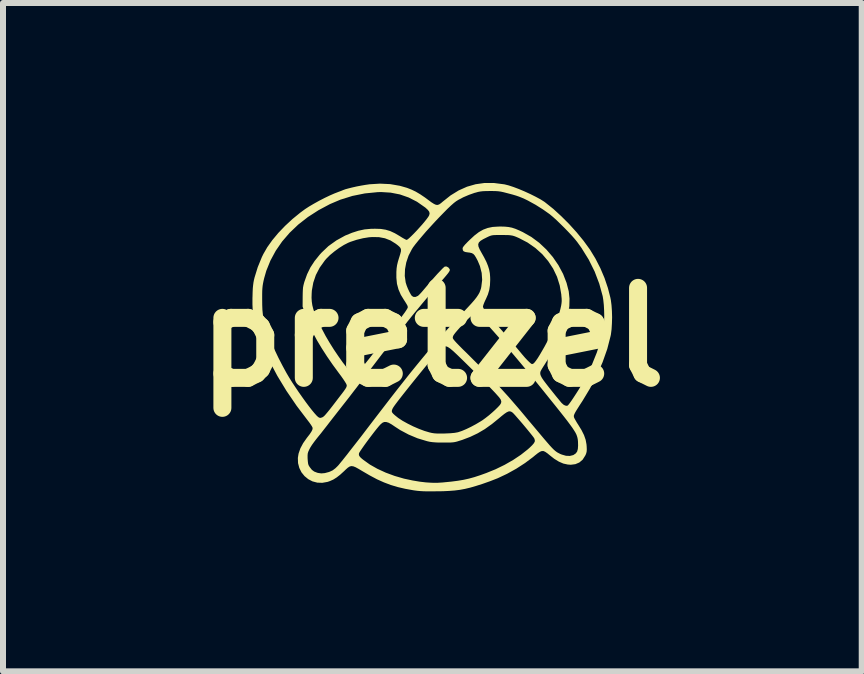
<source format=kicad_pcb>
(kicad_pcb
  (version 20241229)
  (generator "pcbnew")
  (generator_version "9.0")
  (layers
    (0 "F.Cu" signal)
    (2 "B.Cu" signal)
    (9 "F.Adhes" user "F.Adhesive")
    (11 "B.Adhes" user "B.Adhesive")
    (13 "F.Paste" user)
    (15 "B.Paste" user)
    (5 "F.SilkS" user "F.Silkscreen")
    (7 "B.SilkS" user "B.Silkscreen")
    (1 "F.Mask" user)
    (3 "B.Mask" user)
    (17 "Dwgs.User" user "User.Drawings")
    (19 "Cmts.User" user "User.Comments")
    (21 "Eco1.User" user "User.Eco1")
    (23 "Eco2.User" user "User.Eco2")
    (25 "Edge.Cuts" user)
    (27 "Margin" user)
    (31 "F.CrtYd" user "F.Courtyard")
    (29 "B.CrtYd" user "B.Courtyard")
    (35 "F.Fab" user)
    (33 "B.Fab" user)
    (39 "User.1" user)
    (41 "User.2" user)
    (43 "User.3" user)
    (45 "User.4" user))
  (footprint "pretzel"
    (layer "F.Cu")
    (at 4.157 2.57)
    (property "Reference" "pretzel" (at 0 0 0) (layer "F.SilkS") (effects (font (size 1.5 1.5) (thickness 0.3))))
    (attr board_only exclude_from_pos_files exclude_from_bom)
    (fp_poly (pts (xy 1.024 -2.57) (xy 1.187 -2.549) (xy 1.202 -2.547) (xy 1.27 -2.53) (xy 1.352 -2.503) (xy 1.442 -2.469) (xy 1.537 -2.429) (xy 1.631 -2.386) (xy 1.721 -2.341) (xy 1.801 -2.298) (xy 1.866 -2.257) (xy 1.887 -2.241) (xy 2.017 -2.137) (xy 2.149 -2.016) (xy 2.28 -1.885) (xy 2.405 -1.747) (xy 2.519 -1.608) (xy 2.618 -1.472) (xy 2.628 -1.458) (xy 2.718 -1.31) (xy 2.8 -1.15) (xy 2.87 -0.985) (xy 2.926 -0.819) (xy 2.967 -0.659) (xy 2.975 -0.619) (xy 2.986 -0.534) (xy 2.993 -0.436) (xy 2.996 -0.331) (xy 2.993 -0.227) (xy 2.987 -0.129) (xy 2.976 -0.044) (xy 2.97 -0.016) (xy 2.915 0.198) (xy 2.838 0.416) (xy 2.742 0.636) (xy 2.627 0.856) (xy 2.504 1.06) (xy 2.457 1.132) (xy 2.421 1.189) (xy 2.394 1.232) (xy 2.376 1.264) (xy 2.365 1.288) (xy 2.359 1.305) (xy 2.358 1.319) (xy 2.36 1.332) (xy 2.36 1.334) (xy 2.369 1.355) (xy 2.388 1.389) (xy 2.412 1.43) (xy 2.429 1.456) (xy 2.486 1.549) (xy 2.528 1.633) (xy 2.555 1.711) (xy 2.569 1.787) (xy 2.572 1.821) (xy 2.574 1.87) (xy 2.572 1.904) (xy 2.566 1.932) (xy 2.555 1.961) (xy 2.547 1.976) (xy 2.505 2.042) (xy 2.45 2.089) (xy 2.384 2.117) (xy 2.307 2.127) (xy 2.256 2.123) (xy 2.183 2.107) (xy 2.109 2.075) (xy 2.031 2.027) (xy 1.961 1.972) (xy 1.917 1.936) (xy 1.882 1.912) (xy 1.854 1.899) (xy 1.826 1.898) (xy 1.796 1.909) (xy 1.759 1.933) (xy 1.712 1.97) (xy 1.676 2) (xy 1.545 2.098) (xy 1.4 2.192) (xy 1.245 2.278) (xy 1.088 2.352) (xy 0.957 2.403) (xy 0.835 2.446) (xy 0.728 2.48) (xy 0.632 2.508) (xy 0.544 2.529) (xy 0.458 2.545) (xy 0.371 2.556) (xy 0.279 2.563) (xy 0.176 2.568) (xy 0.088 2.569) (xy -0.005 2.57) (xy -0.08 2.57) (xy -0.142 2.569) (xy -0.195 2.566) (xy -0.243 2.562) (xy -0.29 2.556) (xy -0.312 2.553) (xy -0.451 2.528) (xy -0.576 2.499) (xy -0.693 2.464) (xy -0.807 2.421) (xy -0.923 2.369) (xy -1.045 2.304) (xy -1.167 2.233) (xy -1.231 2.195) (xy -1.28 2.168) (xy -1.318 2.153) (xy -1.35 2.149) (xy -1.378 2.156) (xy -1.408 2.175) (xy -1.442 2.205) (xy -1.472 2.234) (xy -1.538 2.294) (xy -1.596 2.339) (xy -1.65 2.373) (xy -1.706 2.398) (xy -1.745 2.412) (xy -1.834 2.428) (xy -1.918 2.425) (xy -1.998 2.404) (xy -2.069 2.367) (xy -2.131 2.316) (xy -2.182 2.253) (xy -2.218 2.18) (xy -2.239 2.1) (xy -2.242 2.013) (xy -2.235 1.969) (xy -2.08 1.969) (xy -2.08 2.01) (xy -2.079 2.032) (xy -2.075 2.08) (xy -2.07 2.115) (xy -2.06 2.141) (xy -2.043 2.168) (xy -2.042 2.169) (xy -2.008 2.212) (xy -1.97 2.24) (xy -1.921 2.259) (xy -1.907 2.263) (xy -1.852 2.271) (xy -1.793 2.266) (xy -1.725 2.248) (xy -1.709 2.242) (xy -1.662 2.22) (xy -1.617 2.186) (xy -1.583 2.153) (xy -1.564 2.133) (xy -1.534 2.096) (xy -1.493 2.046) (xy -1.443 1.983) (xy -1.422 1.957) (xy -1.225 1.957) (xy -1.22 1.977) (xy -1.204 1.999) (xy -1.174 2.027) (xy -1.147 2.048) (xy -1.041 2.124) (xy -0.917 2.194) (xy -0.778 2.258) (xy -0.629 2.313) (xy -0.474 2.358) (xy -0.329 2.389) (xy -0.21 2.409) (xy -0.107 2.421) (xy -0.012 2.427) (xy 0.08 2.428) (xy 0.175 2.422) (xy 0.192 2.42) (xy 0.315 2.408) (xy 0.423 2.394) (xy 0.519 2.378) (xy 0.609 2.358) (xy 0.7 2.333) (xy 0.795 2.302) (xy 0.898 2.265) (xy 1.053 2.202) (xy 1.203 2.129) (xy 1.345 2.048) (xy 1.474 1.962) (xy 1.587 1.873) (xy 1.621 1.843) (xy 1.664 1.801) (xy 1.692 1.768) (xy 1.707 1.741) (xy 1.708 1.717) (xy 1.7 1.691) (xy 1.696 1.683) (xy 1.684 1.666) (xy 1.66 1.635) (xy 1.627 1.594) (xy 1.588 1.546) (xy 1.544 1.493) (xy 1.499 1.439) (xy 1.454 1.387) (xy 1.413 1.34) (xy 1.379 1.301) (xy 1.353 1.273) (xy 1.339 1.259) (xy 1.315 1.243) (xy 1.292 1.236) (xy 1.268 1.239) (xy 1.238 1.253) (xy 1.2 1.279) (xy 1.151 1.318) (xy 1.117 1.347) (xy 0.993 1.448) (xy 0.874 1.533) (xy 0.755 1.603) (xy 0.631 1.662) (xy 0.497 1.713) (xy 0.449 1.728) (xy 0.411 1.74) (xy 0.378 1.748) (xy 0.345 1.753) (xy 0.306 1.756) (xy 0.256 1.757) (xy 0.189 1.757) (xy 0.181 1.757) (xy 0.107 1.757) (xy 0.049 1.754) (xy 0.001 1.75) (xy -0.043 1.744) (xy -0.088 1.734) (xy -0.098 1.731) (xy -0.247 1.686) (xy -0.395 1.624) (xy -0.536 1.549) (xy -0.619 1.495) (xy -0.681 1.453) (xy -0.73 1.426) (xy -0.77 1.414) (xy -0.803 1.414) (xy -0.834 1.428) (xy -0.865 1.455) (xy -0.87 1.46) (xy -0.894 1.487) (xy -0.927 1.527) (xy -0.966 1.576) (xy -1.008 1.631) (xy -1.052 1.689) (xy -1.095 1.747) (xy -1.135 1.802) (xy -1.17 1.852) (xy -1.198 1.893) (xy -1.216 1.922) (xy -1.223 1.935) (xy -1.225 1.957) (xy -1.422 1.957) (xy -1.386 1.91) (xy -1.322 1.828) (xy -1.253 1.74) (xy -1.18 1.646) (xy -1.107 1.55) (xy -0.958 1.355) (xy -0.868 1.238) (xy -0.676 1.238) (xy -0.671 1.254) (xy -0.654 1.275) (xy -0.626 1.301) (xy -0.57 1.346) (xy -0.497 1.394) (xy -0.412 1.441) (xy -0.32 1.487) (xy -0.225 1.528) (xy -0.132 1.563) (xy -0.047 1.588) (xy -0.008 1.597) (xy 0.031 1.603) (xy 0.073 1.606) (xy 0.126 1.607) (xy 0.194 1.606) (xy 0.203 1.606) (xy 0.297 1.602) (xy 0.372 1.595) (xy 0.427 1.585) (xy 0.433 1.583) (xy 0.493 1.563) (xy 0.566 1.532) (xy 0.645 1.494) (xy 0.725 1.451) (xy 0.801 1.406) (xy 0.833 1.386) (xy 0.884 1.349) (xy 0.943 1.303) (xy 1.001 1.253) (xy 1.044 1.214) (xy 1.093 1.166) (xy 1.127 1.129) (xy 1.145 1.099) (xy 1.149 1.07) (xy 1.139 1.04) (xy 1.113 1.003) (xy 1.072 0.957) (xy 1.047 0.929) (xy 1.01 0.89) (xy 0.96 0.838) (xy 0.9 0.776) (xy 0.831 0.707) (xy 0.758 0.633) (xy 0.682 0.557) (xy 0.607 0.483) (xy 0.534 0.411) (xy 0.467 0.346) (xy 0.408 0.289) (xy 0.36 0.244) (xy 0.347 0.232) (xy 0.297 0.19) (xy 0.258 0.164) (xy 0.225 0.152) (xy 0.196 0.155) (xy 0.167 0.171) (xy 0.166 0.171) (xy 0.147 0.188) (xy 0.115 0.221) (xy 0.072 0.269) (xy 0.02 0.33) (xy -0.042 0.403) (xy -0.112 0.487) (xy -0.188 0.58) (xy -0.27 0.681) (xy -0.353 0.784) (xy -0.427 0.877) (xy -0.489 0.955) (xy -0.539 1.019) (xy -0.579 1.071) (xy -0.61 1.112) (xy -0.634 1.145) (xy -0.651 1.17) (xy -0.662 1.189) (xy -0.669 1.205) (xy -0.674 1.218) (xy -0.674 1.219) (xy -0.676 1.238) (xy -0.868 1.238) (xy -0.821 1.177) (xy -0.695 1.013) (xy -0.578 0.863) (xy -0.469 0.725) (xy -0.368 0.597) (xy -0.272 0.479) (xy -0.181 0.368) (xy -0.094 0.263) (xy -0.009 0.163) (xy 0.074 0.067) (xy 0.124 0.01) (xy 0.34 0.01) (xy 0.343 0.022) (xy 0.354 0.039) (xy 0.375 0.065) (xy 0.406 0.099) (xy 0.449 0.143) (xy 0.505 0.2) (xy 0.569 0.262) (xy 0.763 0.456) (xy 0.943 0.64) (xy 1.11 0.819) (xy 1.27 0.995) (xy 1.424 1.173) (xy 1.47 1.227) (xy 1.53 1.299) (xy 1.598 1.381) (xy 1.669 1.465) (xy 1.737 1.546) (xy 1.791 1.61) (xy 1.858 1.69) (xy 1.913 1.754) (xy 1.958 1.806) (xy 1.995 1.846) (xy 2.026 1.877) (xy 2.053 1.9) (xy 2.079 1.919) (xy 2.105 1.933) (xy 2.132 1.947) (xy 2.157 1.957) (xy 2.226 1.977) (xy 2.291 1.98) (xy 2.348 1.966) (xy 2.355 1.962) (xy 2.39 1.938) (xy 2.413 1.907) (xy 2.425 1.864) (xy 2.429 1.806) (xy 2.428 1.769) (xy 2.427 1.736) (xy 2.424 1.707) (xy 2.419 1.679) (xy 2.411 1.651) (xy 2.4 1.621) (xy 2.383 1.588) (xy 2.36 1.551) (xy 2.331 1.507) (xy 2.293 1.455) (xy 2.247 1.393) (xy 2.191 1.321) (xy 2.123 1.235) (xy 2.044 1.136) (xy 1.969 1.043) (xy 1.852 0.897) (xy 1.737 0.755) (xy 1.623 0.616) (xy 1.512 0.482) (xy 1.405 0.354) (xy 1.303 0.233) (xy 1.207 0.12) (xy 1.117 0.015) (xy 1.034 -0.079) (xy 0.96 -0.162) (xy 0.895 -0.232) (xy 0.84 -0.29) (xy 0.797 -0.334) (xy 0.765 -0.362) (xy 0.747 -0.374) (xy 0.723 -0.38) (xy 0.701 -0.38) (xy 0.676 -0.37) (xy 0.647 -0.351) (xy 0.611 -0.319) (xy 0.566 -0.273) (xy 0.526 -0.232) (xy 0.466 -0.168) (xy 0.421 -0.118) (xy 0.387 -0.078) (xy 0.364 -0.048) (xy 0.349 -0.025) (xy 0.342 -0.006) (xy 0.34 0.01) (xy 0.124 0.01) (xy 0.158 -0.028) (xy 0.242 -0.122) (xy 0.329 -0.217) (xy 0.419 -0.314) (xy 0.514 -0.415) (xy 0.521 -0.422) (xy 0.594 -0.5) (xy 0.653 -0.564) (xy 0.7 -0.618) (xy 0.736 -0.664) (xy 0.763 -0.704) (xy 0.784 -0.74) (xy 0.798 -0.775) (xy 0.81 -0.811) (xy 0.816 -0.84) (xy 0.83 -0.955) (xy 0.822 -1.07) (xy 0.793 -1.185) (xy 0.756 -1.273) (xy 0.728 -1.326) (xy 0.705 -1.363) (xy 0.683 -1.387) (xy 0.657 -1.401) (xy 0.624 -1.409) (xy 0.598 -1.412) (xy 0.552 -1.419) (xy 0.523 -1.43) (xy 0.509 -1.447) (xy 0.504 -1.474) (xy 0.504 -1.479) (xy 0.508 -1.495) (xy 0.523 -1.517) (xy 0.549 -1.548) (xy 0.764 -1.548) (xy 0.768 -1.512) (xy 0.786 -1.468) (xy 0.812 -1.42) (xy 0.862 -1.331) (xy 0.9 -1.256) (xy 0.927 -1.189) (xy 0.946 -1.128) (xy 0.958 -1.066) (xy 0.963 -1.002) (xy 0.964 -0.956) (xy 0.96 -0.865) (xy 0.948 -0.786) (xy 0.926 -0.712) (xy 0.891 -0.632) (xy 0.886 -0.623) (xy 0.867 -0.581) (xy 0.852 -0.543) (xy 0.844 -0.516) (xy 0.843 -0.511) (xy 0.847 -0.494) (xy 0.857 -0.473) (xy 0.877 -0.443) (xy 0.907 -0.404) (xy 0.948 -0.354) (xy 1.002 -0.291) (xy 1.046 -0.241) (xy 1.124 -0.151) (xy 1.21 -0.053) (xy 1.297 0.05) (xy 1.382 0.15) (xy 1.46 0.243) (xy 1.499 0.29) (xy 1.542 0.34) (xy 1.583 0.384) (xy 1.618 0.418) (xy 1.645 0.441) (xy 1.661 0.449) (xy 1.671 0.446) (xy 1.682 0.442) (xy 1.699 0.427) (xy 1.724 0.396) (xy 1.756 0.35) (xy 1.792 0.292) (xy 1.831 0.225) (xy 1.873 0.152) (xy 1.914 0.075) (xy 1.955 -0.004) (xy 1.993 -0.08) (xy 2.027 -0.152) (xy 2.055 -0.218) (xy 2.068 -0.253) (xy 2.09 -0.315) (xy 2.111 -0.384) (xy 2.129 -0.45) (xy 2.136 -0.477) (xy 2.147 -0.527) (xy 2.153 -0.566) (xy 2.156 -0.602) (xy 2.155 -0.642) (xy 2.15 -0.695) (xy 2.149 -0.712) (xy 2.123 -0.862) (xy 2.078 -1.006) (xy 2.013 -1.142) (xy 1.93 -1.268) (xy 1.831 -1.384) (xy 1.716 -1.487) (xy 1.587 -1.577) (xy 1.445 -1.651) (xy 1.397 -1.672) (xy 1.365 -1.684) (xy 1.338 -1.692) (xy 1.309 -1.697) (xy 1.274 -1.701) (xy 1.228 -1.702) (xy 1.166 -1.703) (xy 1.156 -1.703) (xy 1.092 -1.703) (xy 1.046 -1.702) (xy 1.012 -1.7) (xy 0.985 -1.695) (xy 0.962 -1.688) (xy 0.936 -1.677) (xy 0.915 -1.667) (xy 0.849 -1.634) (xy 0.803 -1.606) (xy 0.775 -1.578) (xy 0.764 -1.548) (xy 0.549 -1.548) (xy 0.55 -1.548) (xy 0.59 -1.59) (xy 0.622 -1.621) (xy 0.702 -1.695) (xy 0.775 -1.751) (xy 0.847 -1.792) (xy 0.922 -1.82) (xy 1.003 -1.837) (xy 1.096 -1.843) (xy 1.139 -1.844) (xy 1.21 -1.842) (xy 1.27 -1.836) (xy 1.326 -1.825) (xy 1.384 -1.806) (xy 1.45 -1.778) (xy 1.509 -1.75) (xy 1.65 -1.67) (xy 1.781 -1.573) (xy 1.901 -1.46) (xy 2.009 -1.334) (xy 2.102 -1.198) (xy 2.179 -1.054) (xy 2.237 -0.904) (xy 2.273 -0.764) (xy 2.286 -0.642) (xy 2.283 -0.516) (xy 2.261 -0.381) (xy 2.22 -0.237) (xy 2.212 -0.212) (xy 2.189 -0.154) (xy 2.158 -0.081) (xy 2.12 0.000258) (xy 2.078 0.087) (xy 2.034 0.174) (xy 1.99 0.257) (xy 1.948 0.332) (xy 1.911 0.393) (xy 1.91 0.394) (xy 1.88 0.443) (xy 1.851 0.488) (xy 1.828 0.525) (xy 1.815 0.548) (xy 1.803 0.571) (xy 1.798 0.594) (xy 1.799 0.617) (xy 1.808 0.645) (xy 1.826 0.679) (xy 1.855 0.722) (xy 1.895 0.775) (xy 1.947 0.842) (xy 1.968 0.868) (xy 2.015 0.927) (xy 2.059 0.982) (xy 2.098 1.029) (xy 2.129 1.067) (xy 2.15 1.092) (xy 2.156 1.099) (xy 2.192 1.13) (xy 2.227 1.144) (xy 2.251 1.143) (xy 2.265 1.131) (xy 2.288 1.102) (xy 2.318 1.06) (xy 2.353 1.008) (xy 2.392 0.948) (xy 2.433 0.884) (xy 2.473 0.818) (xy 2.511 0.753) (xy 2.545 0.692) (xy 2.558 0.668) (xy 2.659 0.46) (xy 2.741 0.257) (xy 2.806 0.054) (xy 2.845 -0.103) (xy 2.855 -0.17) (xy 2.862 -0.253) (xy 2.865 -0.346) (xy 2.863 -0.442) (xy 2.858 -0.536) (xy 2.849 -0.621) (xy 2.839 -0.683) (xy 2.782 -0.891) (xy 2.705 -1.094) (xy 2.606 -1.293) (xy 2.485 -1.488) (xy 2.413 -1.588) (xy 2.375 -1.635) (xy 2.324 -1.693) (xy 2.264 -1.757) (xy 2.199 -1.824) (xy 2.132 -1.89) (xy 2.068 -1.952) (xy 2.009 -2.005) (xy 1.96 -2.046) (xy 1.955 -2.05) (xy 1.843 -2.129) (xy 1.721 -2.206) (xy 1.601 -2.272) (xy 1.594 -2.276) (xy 1.539 -2.303) (xy 1.491 -2.324) (xy 1.446 -2.342) (xy 1.397 -2.359) (xy 1.34 -2.376) (xy 1.268 -2.395) (xy 1.245 -2.401) (xy 1.187 -2.416) (xy 1.141 -2.426) (xy 1.098 -2.432) (xy 1.051 -2.435) (xy 0.994 -2.436) (xy 0.958 -2.436) (xy 0.892 -2.435) (xy 0.842 -2.433) (xy 0.8 -2.428) (xy 0.762 -2.421) (xy 0.72 -2.409) (xy 0.706 -2.406) (xy 0.61 -2.372) (xy 0.516 -2.332) (xy 0.434 -2.289) (xy 0.397 -2.266) (xy 0.359 -2.237) (xy 0.309 -2.193) (xy 0.25 -2.137) (xy 0.185 -2.071) (xy 0.114 -1.998) (xy 0.041 -1.921) (xy -0.032 -1.841) (xy -0.104 -1.762) (xy -0.17 -1.685) (xy -0.23 -1.614) (xy -0.282 -1.55) (xy -0.322 -1.497) (xy -0.342 -1.465) (xy -0.397 -1.359) (xy -0.435 -1.246) (xy -0.456 -1.132) (xy -0.46 -1.02) (xy -0.445 -0.914) (xy -0.443 -0.906) (xy -0.428 -0.859) (xy -0.407 -0.806) (xy -0.383 -0.755) (xy -0.36 -0.713) (xy -0.342 -0.687) (xy -0.314 -0.671) (xy -0.279 -0.671) (xy -0.243 -0.687) (xy -0.237 -0.691) (xy -0.218 -0.709) (xy -0.189 -0.739) (xy -0.156 -0.777) (xy -0.129 -0.809) (xy -0.073 -0.875) (xy -0.018 -0.94) (xy 0.036 -1.001) (xy 0.086 -1.057) (xy 0.131 -1.104) (xy 0.167 -1.142) (xy 0.194 -1.167) (xy 0.208 -1.177) (xy 0.239 -1.177) (xy 0.268 -1.16) (xy 0.285 -1.138) (xy 0.29 -1.128) (xy 0.291 -1.118) (xy 0.287 -1.105) (xy 0.277 -1.087) (xy 0.259 -1.062) (xy 0.232 -1.029) (xy 0.194 -0.984) (xy 0.143 -0.926) (xy 0.111 -0.889) (xy 0.064 -0.835) (xy 0.01 -0.772) (xy -0.049 -0.703) (xy -0.111 -0.629) (xy -0.174 -0.554) (xy -0.234 -0.481) (xy -0.292 -0.412) (xy -0.343 -0.349) (xy -0.385 -0.296) (xy -0.418 -0.256) (xy -0.433 -0.235) (xy -0.45 -0.213) (xy -0.478 -0.177) (xy -0.514 -0.131) (xy -0.556 -0.079) (xy -0.596 -0.028) (xy -0.667 0.061) (xy -0.749 0.167) (xy -0.844 0.289) (xy -0.95 0.428) (xy -1.07 0.585) (xy -1.202 0.759) (xy -1.208 0.767) (xy -1.26 0.836) (xy -1.322 0.916) (xy -1.387 1.001) (xy -1.452 1.084) (xy -1.511 1.159) (xy -1.517 1.167) (xy -1.569 1.233) (xy -1.622 1.301) (xy -1.673 1.366) (xy -1.718 1.424) (xy -1.754 1.471) (xy -1.765 1.485) (xy -1.809 1.541) (xy -1.858 1.604) (xy -1.907 1.664) (xy -1.934 1.698) (xy -1.971 1.746) (xy -2.007 1.796) (xy -2.036 1.842) (xy -2.051 1.871) (xy -2.068 1.908) (xy -2.077 1.937) (xy -2.08 1.969) (xy -2.235 1.969) (xy -2.23 1.94) (xy -2.2 1.853) (xy -2.154 1.767) (xy -2.09 1.676) (xy -2.085 1.67) (xy -2.044 1.617) (xy -2.017 1.576) (xy -2.001 1.545) (xy -1.996 1.521) (xy -1.998 1.506) (xy -2.008 1.486) (xy -2.028 1.455) (xy -2.055 1.417) (xy -2.07 1.398) (xy -2.262 1.145) (xy -2.433 0.894) (xy -2.583 0.647) (xy -2.713 0.403) (xy -2.822 0.16) (xy -2.909 -0.074) (xy -2.942 -0.181) (xy -2.967 -0.275) (xy -2.984 -0.363) (xy -2.995 -0.451) (xy -2.999 -0.546) (xy -2.999 -0.631) (xy -2.837 -0.631) (xy -2.836 -0.535) (xy -2.833 -0.455) (xy -2.826 -0.384) (xy -2.816 -0.319) (xy -2.8 -0.251) (xy -2.779 -0.177) (xy -2.766 -0.134) (xy -2.729 -0.029) (xy -2.682 0.089) (xy -2.627 0.216) (xy -2.565 0.346) (xy -2.499 0.474) (xy -2.432 0.597) (xy -2.425 0.609) (xy -2.383 0.68) (xy -2.334 0.758) (xy -2.28 0.839) (xy -2.224 0.922) (xy -2.167 1.003) (xy -2.111 1.081) (xy -2.058 1.152) (xy -2.008 1.216) (xy -1.965 1.268) (xy -1.929 1.308) (xy -1.903 1.332) (xy -1.898 1.335) (xy -1.88 1.344) (xy -1.865 1.346) (xy -1.842 1.339) (xy -1.834 1.336) (xy -1.823 1.33) (xy -1.81 1.32) (xy -1.794 1.305) (xy -1.773 1.281) (xy -1.746 1.249) (xy -1.711 1.206) (xy -1.668 1.151) (xy -1.615 1.082) (xy -1.551 0.998) (xy -1.513 0.949) (xy -1.476 0.9) (xy -1.451 0.864) (xy -1.436 0.839) (xy -1.429 0.82) (xy -1.427 0.804) (xy -1.429 0.795) (xy -1.437 0.776) (xy -1.457 0.743) (xy -1.486 0.699) (xy -1.522 0.648) (xy -1.56 0.597) (xy -1.662 0.458) (xy -1.757 0.32) (xy -1.844 0.185) (xy -1.921 0.057) (xy -1.985 -0.062) (xy -2.026 -0.147) (xy -2.042 -0.185) (xy -2.062 -0.236) (xy -2.085 -0.296) (xy -2.107 -0.356) (xy -2.11 -0.363) (xy -2.163 -0.509) (xy -2.162 -0.656) (xy -2.014 -0.656) (xy -2.01 -0.594) (xy -2.001 -0.532) (xy -1.985 -0.469) (xy -1.962 -0.4) (xy -1.93 -0.322) (xy -1.888 -0.232) (xy -1.837 -0.129) (xy -1.78 -0.021) (xy -1.713 0.093) (xy -1.641 0.208) (xy -1.566 0.319) (xy -1.492 0.423) (xy -1.421 0.514) (xy -1.371 0.572) (xy -1.334 0.603) (xy -1.299 0.613) (xy -1.261 0.603) (xy -1.259 0.602) (xy -1.246 0.59) (xy -1.22 0.562) (xy -1.186 0.522) (xy -1.144 0.471) (xy -1.096 0.412) (xy -1.044 0.347) (xy -0.991 0.279) (xy -0.937 0.209) (xy -0.903 0.164) (xy -0.865 0.115) (xy -0.819 0.054) (xy -0.768 -0.011) (xy -0.718 -0.075) (xy -0.695 -0.104) (xy -0.618 -0.203) (xy -0.552 -0.288) (xy -0.498 -0.36) (xy -0.456 -0.417) (xy -0.428 -0.46) (xy -0.413 -0.486) (xy -0.411 -0.491) (xy -0.41 -0.507) (xy -0.417 -0.529) (xy -0.435 -0.56) (xy -0.463 -0.605) (xy -0.469 -0.613) (xy -0.526 -0.706) (xy -0.565 -0.796) (xy -0.59 -0.889) (xy -0.6 -0.989) (xy -0.6 -1.088) (xy -0.596 -1.148) (xy -0.588 -1.201) (xy -0.575 -1.256) (xy -0.555 -1.323) (xy -0.553 -1.328) (xy -0.535 -1.387) (xy -0.524 -1.43) (xy -0.523 -1.461) (xy -0.532 -1.487) (xy -0.552 -1.51) (xy -0.585 -1.538) (xy -0.613 -1.559) (xy -0.698 -1.612) (xy -0.79 -1.648) (xy -0.89 -1.667) (xy -1.002 -1.669) (xy -1.057 -1.665) (xy -1.156 -1.649) (xy -1.262 -1.623) (xy -1.365 -1.589) (xy -1.404 -1.573) (xy -1.476 -1.536) (xy -1.554 -1.487) (xy -1.633 -1.429) (xy -1.707 -1.368) (xy -1.768 -1.307) (xy -1.792 -1.279) (xy -1.878 -1.159) (xy -1.942 -1.036) (xy -1.985 -0.909) (xy -2.009 -0.776) (xy -2.012 -0.723) (xy -2.014 -0.656) (xy -2.162 -0.656) (xy -2.162 -0.668) (xy -2.161 -0.735) (xy -2.159 -0.785) (xy -2.156 -0.826) (xy -2.149 -0.863) (xy -2.139 -0.903) (xy -2.132 -0.926) (xy -2.088 -1.049) (xy -2.033 -1.162) (xy -1.963 -1.269) (xy -1.877 -1.376) (xy -1.846 -1.41) (xy -1.731 -1.519) (xy -1.599 -1.613) (xy -1.454 -1.693) (xy -1.339 -1.74) (xy -1.233 -1.774) (xy -1.131 -1.796) (xy -1.023 -1.806) (xy -0.954 -1.807) (xy -0.86 -1.804) (xy -0.778 -1.791) (xy -0.702 -1.768) (xy -0.625 -1.732) (xy -0.548 -1.687) (xy -0.505 -1.66) (xy -0.468 -1.639) (xy -0.441 -1.625) (xy -0.429 -1.621) (xy -0.413 -1.629) (xy -0.386 -1.651) (xy -0.35 -1.685) (xy -0.308 -1.727) (xy -0.262 -1.775) (xy -0.215 -1.827) (xy -0.169 -1.878) (xy -0.128 -1.927) (xy -0.093 -1.971) (xy -0.067 -2.007) (xy -0.054 -2.03) (xy -0.046 -2.06) (xy -0.052 -2.09) (xy -0.075 -2.121) (xy -0.115 -2.158) (xy -0.123 -2.164) (xy -0.256 -2.257) (xy -0.395 -2.328) (xy -0.541 -2.379) (xy -0.695 -2.409) (xy -0.855 -2.419) (xy -0.914 -2.417) (xy -1.125 -2.396) (xy -1.333 -2.354) (xy -1.535 -2.291) (xy -1.707 -2.218) (xy -1.898 -2.116) (xy -2.075 -2.002) (xy -2.235 -1.877) (xy -2.378 -1.741) (xy -2.504 -1.595) (xy -2.611 -1.44) (xy -2.699 -1.277) (xy -2.768 -1.107) (xy -2.803 -0.985) (xy -2.815 -0.935) (xy -2.823 -0.894) (xy -2.829 -0.857) (xy -2.833 -0.818) (xy -2.836 -0.772) (xy -2.837 -0.715) (xy -2.837 -0.641) (xy -2.837 -0.631) (xy -2.999 -0.631) (xy -2.999 -0.654) (xy -2.998 -0.673) (xy -2.996 -0.753) (xy -2.993 -0.816) (xy -2.988 -0.866) (xy -2.982 -0.911) (xy -2.974 -0.953) (xy -2.964 -0.994) (xy -2.911 -1.166) (xy -2.842 -1.335) (xy -2.817 -1.386) (xy -2.752 -1.499) (xy -2.668 -1.617) (xy -2.568 -1.737) (xy -2.455 -1.855) (xy -2.332 -1.969) (xy -2.201 -2.076) (xy -2.122 -2.134) (xy -2.056 -2.177) (xy -1.976 -2.224) (xy -1.888 -2.273) (xy -1.797 -2.32) (xy -1.709 -2.362) (xy -1.631 -2.396) (xy -1.61 -2.404) (xy -1.564 -2.422) (xy -1.523 -2.437) (xy -1.494 -2.449) (xy -1.484 -2.453) (xy -1.448 -2.466) (xy -1.396 -2.48) (xy -1.332 -2.496) (xy -1.261 -2.512) (xy -1.188 -2.526) (xy -1.118 -2.538) (xy -1.056 -2.547) (xy -1.051 -2.548) (xy -0.873 -2.559) (xy -0.704 -2.551) (xy -0.542 -2.523) (xy -0.423 -2.489) (xy -0.349 -2.46) (xy -0.278 -2.426) (xy -0.205 -2.383) (xy -0.125 -2.329) (xy -0.071 -2.289) (xy -0.016 -2.248) (xy 0.027 -2.221) (xy 0.06 -2.206) (xy 0.088 -2.204) (xy 0.114 -2.213) (xy 0.144 -2.234) (xy 0.172 -2.258) (xy 0.304 -2.363) (xy 0.439 -2.446) (xy 0.578 -2.508) (xy 0.721 -2.549) (xy 0.869 -2.57)) (stroke (width 0) (type solid)) (fill yes) (layer "F.SilkS")))
  (gr_rect
    (start -3 -3)
    (end 11.314 8.14)
    (stroke (width 0.1) (type default))
    (fill no)
    (layer "Edge.Cuts")))
</source>
